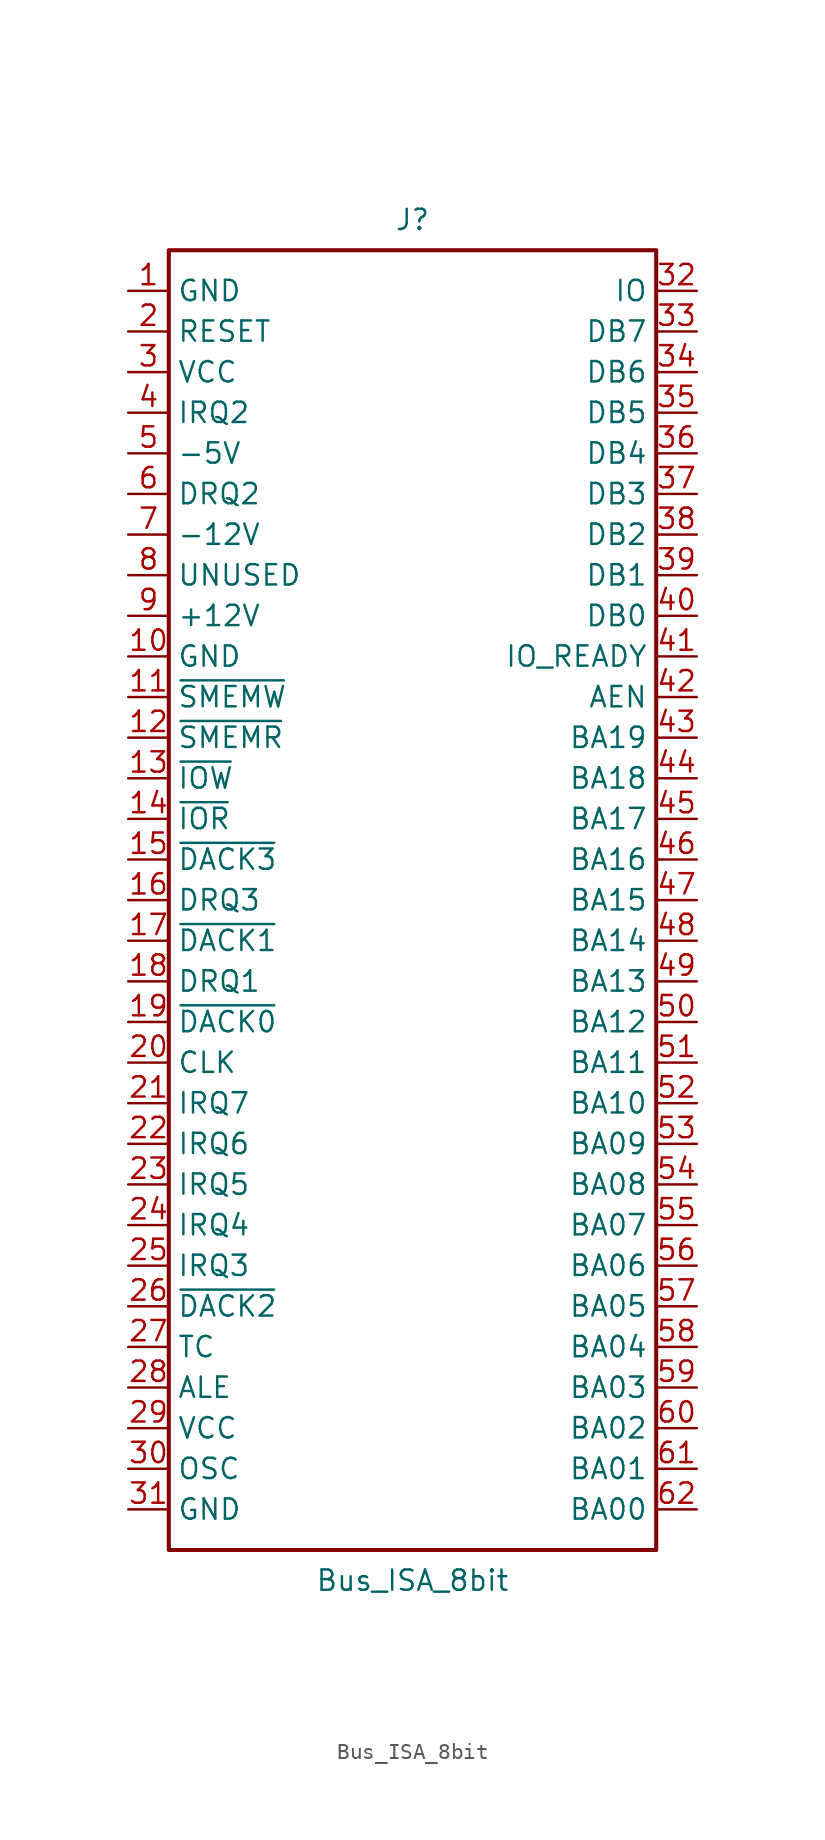
<source format=kicad_sym>
(kicad_symbol_lib
  (version 20211014)
  (generator kicad_symbol_editor)
  (symbol "Bus_ISA_8bit"
    (property "Reference" "J"
      (at 0 42.545 0)
      (effects (font (size 1.27 1.27))))
    (property "Value" "Bus_ISA_8bit"
      (at 0 -42.545 0)
      (effects (font (size 1.27 1.27))))
    (symbol "Bus_ISA_8bit_0_1"
      (rectangle (start -15.24 -40.64) (end 15.24 40.64) (stroke (width 0.254) (type default) (color 0 0 0 0)) (fill (type none))))
    (symbol "Bus_ISA_8bit_1_1"
      (pin power_in line (at -17.78 38.1 0) (length 2.54) (name "GND" (effects (font (size 1.27 1.27)))) (number "1" (effects (font (size 1.27 1.27)))))
      (pin power_in line (at -17.78 15.24 0) (length 2.54) (name "GND" (effects (font (size 1.27 1.27)))) (number "10" (effects (font (size 1.27 1.27)))))
      (pin output line (at -17.78 12.7 0) (length 2.54) (name "~{SMEMW}" (effects (font (size 1.27 1.27)))) (number "11" (effects (font (size 1.27 1.27)))))
      (pin output line (at -17.78 10.16 0) (length 2.54) (name "~{SMEMR}" (effects (font (size 1.27 1.27)))) (number "12" (effects (font (size 1.27 1.27)))))
      (pin output line (at -17.78 7.62 0) (length 2.54) (name "~{IOW}" (effects (font (size 1.27 1.27)))) (number "13" (effects (font (size 1.27 1.27)))))
      (pin output line (at -17.78 5.08 0) (length 2.54) (name "~{IOR}" (effects (font (size 1.27 1.27)))) (number "14" (effects (font (size 1.27 1.27)))))
      (pin passive line (at -17.78 2.54 0) (length 2.54) (name "~{DACK3}" (effects (font (size 1.27 1.27)))) (number "15" (effects (font (size 1.27 1.27)))))
      (pin passive line (at -17.78 0 0) (length 2.54) (name "DRQ3" (effects (font (size 1.27 1.27)))) (number "16" (effects (font (size 1.27 1.27)))))
      (pin passive line (at -17.78 -2.54 0) (length 2.54) (name "~{DACK1}" (effects (font (size 1.27 1.27)))) (number "17" (effects (font (size 1.27 1.27)))))
      (pin passive line (at -17.78 -5.08 0) (length 2.54) (name "DRQ1" (effects (font (size 1.27 1.27)))) (number "18" (effects (font (size 1.27 1.27)))))
      (pin passive line (at -17.78 -7.62 0) (length 2.54) (name "~{DACK0}" (effects (font (size 1.27 1.27)))) (number "19" (effects (font (size 1.27 1.27)))))
      (pin output line (at -17.78 35.56 0) (length 2.54) (name "RESET" (effects (font (size 1.27 1.27)))) (number "2" (effects (font (size 1.27 1.27)))))
      (pin output line (at -17.78 -10.16 0) (length 2.54) (name "CLK" (effects (font (size 1.27 1.27)))) (number "20" (effects (font (size 1.27 1.27)))))
      (pin passive line (at -17.78 -12.7 0) (length 2.54) (name "IRQ7" (effects (font (size 1.27 1.27)))) (number "21" (effects (font (size 1.27 1.27)))))
      (pin passive line (at -17.78 -15.24 0) (length 2.54) (name "IRQ6" (effects (font (size 1.27 1.27)))) (number "22" (effects (font (size 1.27 1.27)))))
      (pin passive line (at -17.78 -17.78 0) (length 2.54) (name "IRQ5" (effects (font (size 1.27 1.27)))) (number "23" (effects (font (size 1.27 1.27)))))
      (pin passive line (at -17.78 -20.32 0) (length 2.54) (name "IRQ4" (effects (font (size 1.27 1.27)))) (number "24" (effects (font (size 1.27 1.27)))))
      (pin passive line (at -17.78 -22.86 0) (length 2.54) (name "IRQ3" (effects (font (size 1.27 1.27)))) (number "25" (effects (font (size 1.27 1.27)))))
      (pin passive line (at -17.78 -25.4 0) (length 2.54) (name "~{DACK2}" (effects (font (size 1.27 1.27)))) (number "26" (effects (font (size 1.27 1.27)))))
      (pin passive line (at -17.78 -27.94 0) (length 2.54) (name "TC" (effects (font (size 1.27 1.27)))) (number "27" (effects (font (size 1.27 1.27)))))
      (pin output line (at -17.78 -30.48 0) (length 2.54) (name "ALE" (effects (font (size 1.27 1.27)))) (number "28" (effects (font (size 1.27 1.27)))))
      (pin power_in line (at -17.78 -33.02 0) (length 2.54) (name "VCC" (effects (font (size 1.27 1.27)))) (number "29" (effects (font (size 1.27 1.27)))))
      (pin power_in line (at -17.78 33.02 0) (length 2.54) (name "VCC" (effects (font (size 1.27 1.27)))) (number "3" (effects (font (size 1.27 1.27)))))
      (pin output line (at -17.78 -35.56 0) (length 2.54) (name "OSC" (effects (font (size 1.27 1.27)))) (number "30" (effects (font (size 1.27 1.27)))))
      (pin power_in line (at -17.78 -38.1 0) (length 2.54) (name "GND" (effects (font (size 1.27 1.27)))) (number "31" (effects (font (size 1.27 1.27)))))
      (pin passive line (at 17.78 38.1 180) (length 2.54) (name "IO" (effects (font (size 1.27 1.27)))) (number "32" (effects (font (size 1.27 1.27)))))
      (pin tri_state line (at 17.78 35.56 180) (length 2.54) (name "DB7" (effects (font (size 1.27 1.27)))) (number "33" (effects (font (size 1.27 1.27)))))
      (pin tri_state line (at 17.78 33.02 180) (length 2.54) (name "DB6" (effects (font (size 1.27 1.27)))) (number "34" (effects (font (size 1.27 1.27)))))
      (pin tri_state line (at 17.78 30.48 180) (length 2.54) (name "DB5" (effects (font (size 1.27 1.27)))) (number "35" (effects (font (size 1.27 1.27)))))
      (pin tri_state line (at 17.78 27.94 180) (length 2.54) (name "DB4" (effects (font (size 1.27 1.27)))) (number "36" (effects (font (size 1.27 1.27)))))
      (pin tri_state line (at 17.78 25.4 180) (length 2.54) (name "DB3" (effects (font (size 1.27 1.27)))) (number "37" (effects (font (size 1.27 1.27)))))
      (pin tri_state line (at 17.78 22.86 180) (length 2.54) (name "DB2" (effects (font (size 1.27 1.27)))) (number "38" (effects (font (size 1.27 1.27)))))
      (pin tri_state line (at 17.78 20.32 180) (length 2.54) (name "DB1" (effects (font (size 1.27 1.27)))) (number "39" (effects (font (size 1.27 1.27)))))
      (pin passive line (at -17.78 30.48 0) (length 2.54) (name "IRQ2" (effects (font (size 1.27 1.27)))) (number "4" (effects (font (size 1.27 1.27)))))
      (pin tri_state line (at 17.78 17.78 180) (length 2.54) (name "DB0" (effects (font (size 1.27 1.27)))) (number "40" (effects (font (size 1.27 1.27)))))
      (pin passive line (at 17.78 15.24 180) (length 2.54) (name "IO_READY" (effects (font (size 1.27 1.27)))) (number "41" (effects (font (size 1.27 1.27)))))
      (pin output line (at 17.78 12.7 180) (length 2.54) (name "AEN" (effects (font (size 1.27 1.27)))) (number "42" (effects (font (size 1.27 1.27)))))
      (pin tri_state line (at 17.78 10.16 180) (length 2.54) (name "BA19" (effects (font (size 1.27 1.27)))) (number "43" (effects (font (size 1.27 1.27)))))
      (pin tri_state line (at 17.78 7.62 180) (length 2.54) (name "BA18" (effects (font (size 1.27 1.27)))) (number "44" (effects (font (size 1.27 1.27)))))
      (pin tri_state line (at 17.78 5.08 180) (length 2.54) (name "BA17" (effects (font (size 1.27 1.27)))) (number "45" (effects (font (size 1.27 1.27)))))
      (pin tri_state line (at 17.78 2.54 180) (length 2.54) (name "BA16" (effects (font (size 1.27 1.27)))) (number "46" (effects (font (size 1.27 1.27)))))
      (pin tri_state line (at 17.78 0 180) (length 2.54) (name "BA15" (effects (font (size 1.27 1.27)))) (number "47" (effects (font (size 1.27 1.27)))))
      (pin tri_state line (at 17.78 -2.54 180) (length 2.54) (name "BA14" (effects (font (size 1.27 1.27)))) (number "48" (effects (font (size 1.27 1.27)))))
      (pin tri_state line (at 17.78 -5.08 180) (length 2.54) (name "BA13" (effects (font (size 1.27 1.27)))) (number "49" (effects (font (size 1.27 1.27)))))
      (pin power_in line (at -17.78 27.94 0) (length 2.54) (name "-5V" (effects (font (size 1.27 1.27)))) (number "5" (effects (font (size 1.27 1.27)))))
      (pin tri_state line (at 17.78 -7.62 180) (length 2.54) (name "BA12" (effects (font (size 1.27 1.27)))) (number "50" (effects (font (size 1.27 1.27)))))
      (pin tri_state line (at 17.78 -10.16 180) (length 2.54) (name "BA11" (effects (font (size 1.27 1.27)))) (number "51" (effects (font (size 1.27 1.27)))))
      (pin tri_state line (at 17.78 -12.7 180) (length 2.54) (name "BA10" (effects (font (size 1.27 1.27)))) (number "52" (effects (font (size 1.27 1.27)))))
      (pin tri_state line (at 17.78 -15.24 180) (length 2.54) (name "BA09" (effects (font (size 1.27 1.27)))) (number "53" (effects (font (size 1.27 1.27)))))
      (pin tri_state line (at 17.78 -17.78 180) (length 2.54) (name "BA08" (effects (font (size 1.27 1.27)))) (number "54" (effects (font (size 1.27 1.27)))))
      (pin tri_state line (at 17.78 -20.32 180) (length 2.54) (name "BA07" (effects (font (size 1.27 1.27)))) (number "55" (effects (font (size 1.27 1.27)))))
      (pin tri_state line (at 17.78 -22.86 180) (length 2.54) (name "BA06" (effects (font (size 1.27 1.27)))) (number "56" (effects (font (size 1.27 1.27)))))
      (pin tri_state line (at 17.78 -25.4 180) (length 2.54) (name "BA05" (effects (font (size 1.27 1.27)))) (number "57" (effects (font (size 1.27 1.27)))))
      (pin tri_state line (at 17.78 -27.94 180) (length 2.54) (name "BA04" (effects (font (size 1.27 1.27)))) (number "58" (effects (font (size 1.27 1.27)))))
      (pin tri_state line (at 17.78 -30.48 180) (length 2.54) (name "BA03" (effects (font (size 1.27 1.27)))) (number "59" (effects (font (size 1.27 1.27)))))
      (pin passive line (at -17.78 25.4 0) (length 2.54) (name "DRQ2" (effects (font (size 1.27 1.27)))) (number "6" (effects (font (size 1.27 1.27)))))
      (pin tri_state line (at 17.78 -33.02 180) (length 2.54) (name "BA02" (effects (font (size 1.27 1.27)))) (number "60" (effects (font (size 1.27 1.27)))))
      (pin tri_state line (at 17.78 -35.56 180) (length 2.54) (name "BA01" (effects (font (size 1.27 1.27)))) (number "61" (effects (font (size 1.27 1.27)))))
      (pin tri_state line (at 17.78 -38.1 180) (length 2.54) (name "BA00" (effects (font (size 1.27 1.27)))) (number "62" (effects (font (size 1.27 1.27)))))
      (pin power_in line (at -17.78 22.86 0) (length 2.54) (name "-12V" (effects (font (size 1.27 1.27)))) (number "7" (effects (font (size 1.27 1.27)))))
      (pin passive line (at -17.78 20.32 0) (length 2.54) (name "UNUSED" (effects (font (size 1.27 1.27)))) (number "8" (effects (font (size 1.27 1.27)))))
      (pin power_in line (at -17.78 17.78 0) (length 2.54) (name "+12V" (effects (font (size 1.27 1.27)))) (number "9" (effects (font (size 1.27 1.27))))))))
</source>
